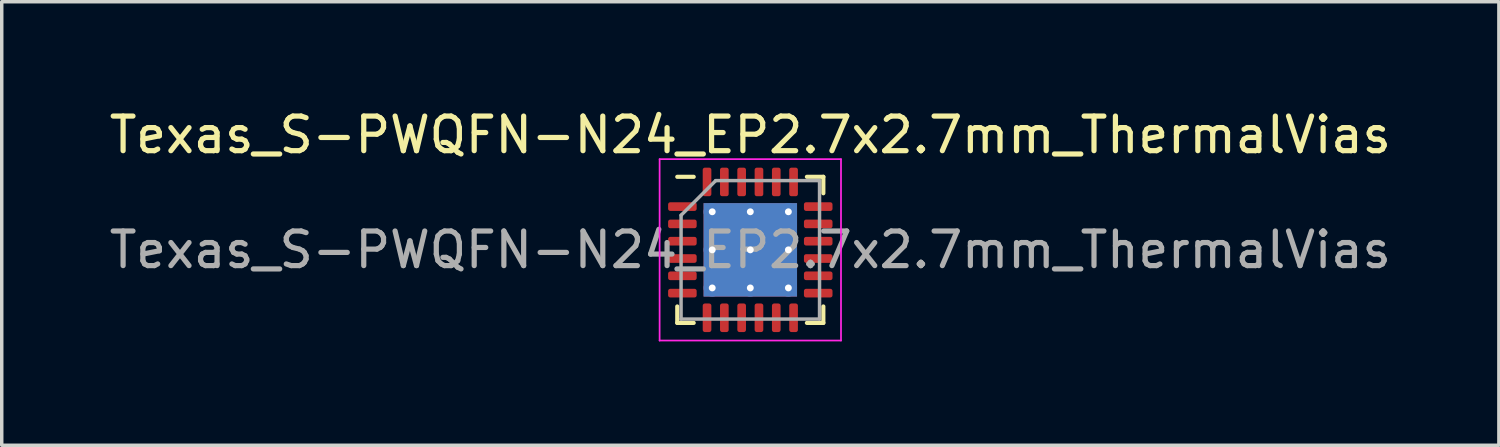
<source format=kicad_pcb>
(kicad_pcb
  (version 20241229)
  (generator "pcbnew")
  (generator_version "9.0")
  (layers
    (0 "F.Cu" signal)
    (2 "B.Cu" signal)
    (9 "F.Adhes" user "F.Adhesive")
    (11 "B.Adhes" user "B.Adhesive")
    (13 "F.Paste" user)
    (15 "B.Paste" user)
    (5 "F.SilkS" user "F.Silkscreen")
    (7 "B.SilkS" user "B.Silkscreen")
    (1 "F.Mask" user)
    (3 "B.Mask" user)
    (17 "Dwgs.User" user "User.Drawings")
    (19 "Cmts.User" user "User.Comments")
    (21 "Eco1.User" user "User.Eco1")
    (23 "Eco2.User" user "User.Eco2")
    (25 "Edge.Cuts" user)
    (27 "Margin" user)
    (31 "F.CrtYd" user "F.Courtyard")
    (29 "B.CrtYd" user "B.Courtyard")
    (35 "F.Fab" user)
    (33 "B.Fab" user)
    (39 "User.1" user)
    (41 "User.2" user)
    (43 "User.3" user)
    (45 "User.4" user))
  (footprint "Texas_S-PWQFN-N24_EP2.7x2.7mm_ThermalVias"
    (layer "F.Cu")
    (at 18.625 4.168)
    (property "Reference" "Texas_S-PWQFN-N24_EP2.7x2.7mm_ThermalVias" (at 0 -3.32 0) (layer "F.SilkS") (effects (font (size 1 1) (thickness 0.15))))
    (attr smd)
    (fp_line (start -2.11 2.11) (end -2.11 1.635) (stroke (width 0.12) (type solid)) (layer "F.SilkS"))
    (fp_line (start -1.635 -2.11) (end -2.11 -2.11) (stroke (width 0.12) (type solid)) (layer "F.SilkS"))
    (fp_line (start -1.635 2.11) (end -2.11 2.11) (stroke (width 0.12) (type solid)) (layer "F.SilkS"))
    (fp_line (start 1.635 -2.11) (end 2.11 -2.11) (stroke (width 0.12) (type solid)) (layer "F.SilkS"))
    (fp_line (start 1.635 2.11) (end 2.11 2.11) (stroke (width 0.12) (type solid)) (layer "F.SilkS"))
    (fp_line (start 2.11 -2.11) (end 2.11 -1.635) (stroke (width 0.12) (type solid)) (layer "F.SilkS"))
    (fp_line (start 2.11 2.11) (end 2.11 1.635) (stroke (width 0.12) (type solid)) (layer "F.SilkS"))
    (fp_line (start -2.62 -2.62) (end -2.62 2.62) (stroke (width 0.05) (type solid)) (layer "F.CrtYd"))
    (fp_line (start -2.62 2.62) (end 2.62 2.62) (stroke (width 0.05) (type solid)) (layer "F.CrtYd"))
    (fp_line (start 2.62 -2.62) (end -2.62 -2.62) (stroke (width 0.05) (type solid)) (layer "F.CrtYd"))
    (fp_line (start 2.62 2.62) (end 2.62 -2.62) (stroke (width 0.05) (type solid)) (layer "F.CrtYd"))
    (fp_line (start -2 -1) (end -1 -2) (stroke (width 0.1) (type solid)) (layer "F.Fab"))
    (fp_line (start -2 2) (end -2 -1) (stroke (width 0.1) (type solid)) (layer "F.Fab"))
    (fp_line (start -1 -2) (end 2 -2) (stroke (width 0.1) (type solid)) (layer "F.Fab"))
    (fp_line (start 2 -2) (end 2 2) (stroke (width 0.1) (type solid)) (layer "F.Fab"))
    (fp_line (start 2 2) (end -2 2) (stroke (width 0.1) (type solid)) (layer "F.Fab"))
    (fp_text user "${REFERENCE}" (at 0 0 0) (layer "F.Fab") (effects (font (size 1 1) (thickness 0.15))))
    (pad "" smd roundrect (at -0.675 -0.675) (size 1.13 1.13) (layers "F.Paste") (roundrect_rratio 0.221))
    (pad "" smd roundrect (at -0.675 0.675) (size 1.13 1.13) (layers "F.Paste") (roundrect_rratio 0.221))
    (pad "" smd roundrect (at 0.675 -0.675) (size 1.13 1.13) (layers "F.Paste") (roundrect_rratio 0.221))
    (pad "" smd roundrect (at 0.675 0.675) (size 1.13 1.13) (layers "F.Paste") (roundrect_rratio 0.221))
    (pad "1" smd roundrect (at -1.962 -1.25) (size 0.825 0.25) (layers "F.Cu" "F.Mask" "F.Paste") (roundrect_rratio 0.25))
    (pad "2" smd roundrect (at -1.962 -0.75) (size 0.825 0.25) (layers "F.Cu" "F.Mask" "F.Paste") (roundrect_rratio 0.25))
    (pad "3" smd roundrect (at -1.962 -0.25) (size 0.825 0.25) (layers "F.Cu" "F.Mask" "F.Paste") (roundrect_rratio 0.25))
    (pad "4" smd roundrect (at -1.962 0.25) (size 0.825 0.25) (layers "F.Cu" "F.Mask" "F.Paste") (roundrect_rratio 0.25))
    (pad "5" smd roundrect (at -1.962 0.75) (size 0.825 0.25) (layers "F.Cu" "F.Mask" "F.Paste") (roundrect_rratio 0.25))
    (pad "6" smd roundrect (at -1.962 1.25) (size 0.825 0.25) (layers "F.Cu" "F.Mask" "F.Paste") (roundrect_rratio 0.25))
    (pad "7" smd roundrect (at -1.25 1.962) (size 0.25 0.825) (layers "F.Cu" "F.Mask" "F.Paste") (roundrect_rratio 0.25))
    (pad "8" smd roundrect (at -0.75 1.962) (size 0.25 0.825) (layers "F.Cu" "F.Mask" "F.Paste") (roundrect_rratio 0.25))
    (pad "9" smd roundrect (at -0.25 1.962) (size 0.25 0.825) (layers "F.Cu" "F.Mask" "F.Paste") (roundrect_rratio 0.25))
    (pad "10" smd roundrect (at 0.25 1.962) (size 0.25 0.825) (layers "F.Cu" "F.Mask" "F.Paste") (roundrect_rratio 0.25))
    (pad "11" smd roundrect (at 0.75 1.962) (size 0.25 0.825) (layers "F.Cu" "F.Mask" "F.Paste") (roundrect_rratio 0.25))
    (pad "12" smd roundrect (at 1.25 1.962) (size 0.25 0.825) (layers "F.Cu" "F.Mask" "F.Paste") (roundrect_rratio 0.25))
    (pad "13" smd roundrect (at 1.962 1.25) (size 0.825 0.25) (layers "F.Cu" "F.Mask" "F.Paste") (roundrect_rratio 0.25))
    (pad "14" smd roundrect (at 1.962 0.75) (size 0.825 0.25) (layers "F.Cu" "F.Mask" "F.Paste") (roundrect_rratio 0.25))
    (pad "15" smd roundrect (at 1.962 0.25) (size 0.825 0.25) (layers "F.Cu" "F.Mask" "F.Paste") (roundrect_rratio 0.25))
    (pad "16" smd roundrect (at 1.962 -0.25) (size 0.825 0.25) (layers "F.Cu" "F.Mask" "F.Paste") (roundrect_rratio 0.25))
    (pad "17" smd roundrect (at 1.962 -0.75) (size 0.825 0.25) (layers "F.Cu" "F.Mask" "F.Paste") (roundrect_rratio 0.25))
    (pad "18" smd roundrect (at 1.962 -1.25) (size 0.825 0.25) (layers "F.Cu" "F.Mask" "F.Paste") (roundrect_rratio 0.25))
    (pad "19" smd roundrect (at 1.25 -1.962) (size 0.25 0.825) (layers "F.Cu" "F.Mask" "F.Paste") (roundrect_rratio 0.25))
    (pad "20" smd roundrect (at 0.75 -1.962) (size 0.25 0.825) (layers "F.Cu" "F.Mask" "F.Paste") (roundrect_rratio 0.25))
    (pad "21" smd roundrect (at 0.25 -1.962) (size 0.25 0.825) (layers "F.Cu" "F.Mask" "F.Paste") (roundrect_rratio 0.25))
    (pad "22" smd roundrect (at -0.25 -1.962) (size 0.25 0.825) (layers "F.Cu" "F.Mask" "F.Paste") (roundrect_rratio 0.25))
    (pad "23" smd roundrect (at -0.75 -1.962) (size 0.25 0.825) (layers "F.Cu" "F.Mask" "F.Paste") (roundrect_rratio 0.25))
    (pad "24" smd roundrect (at -1.25 -1.962) (size 0.25 0.825) (layers "F.Cu" "F.Mask" "F.Paste") (roundrect_rratio 0.25))
    (pad "25" thru_hole circle (at -1.1 -1.1) (size 0.5 0.5) (drill 0.2) (layers "*.Cu"))
    (pad "25" thru_hole circle (at -1.1 0) (size 0.5 0.5) (drill 0.2) (layers "*.Cu"))
    (pad "25" thru_hole circle (at -1.1 1.1) (size 0.5 0.5) (drill 0.2) (layers "*.Cu"))
    (pad "25" thru_hole circle (at 0 -1.1) (size 0.5 0.5) (drill 0.2) (layers "*.Cu"))
    (pad "25" thru_hole circle (at 0 0) (size 0.5 0.5) (drill 0.2) (layers "*.Cu"))
    (pad "25" smd rect (at 0 0) (size 2.7 2.7) (layers "F.Cu" "F.Mask"))
    (pad "25" smd rect (at 0 0) (size 2.7 2.7) (layers "B.Cu"))
    (pad "25" thru_hole circle (at 0 1.1) (size 0.5 0.5) (drill 0.2) (layers "*.Cu"))
    (pad "25" thru_hole circle (at 1.1 -1.1) (size 0.5 0.5) (drill 0.2) (layers "*.Cu"))
    (pad "25" thru_hole circle (at 1.1 0) (size 0.5 0.5) (drill 0.2) (layers "*.Cu"))
    (pad "25" thru_hole circle (at 1.1 1.1) (size 0.5 0.5) (drill 0.2) (layers "*.Cu")))
  (gr_rect
    (start -3 -3)
    (end 40.25 9.813)
    (stroke (width 0.1) (type default))
    (fill no)
    (layer "Edge.Cuts")))
</source>
